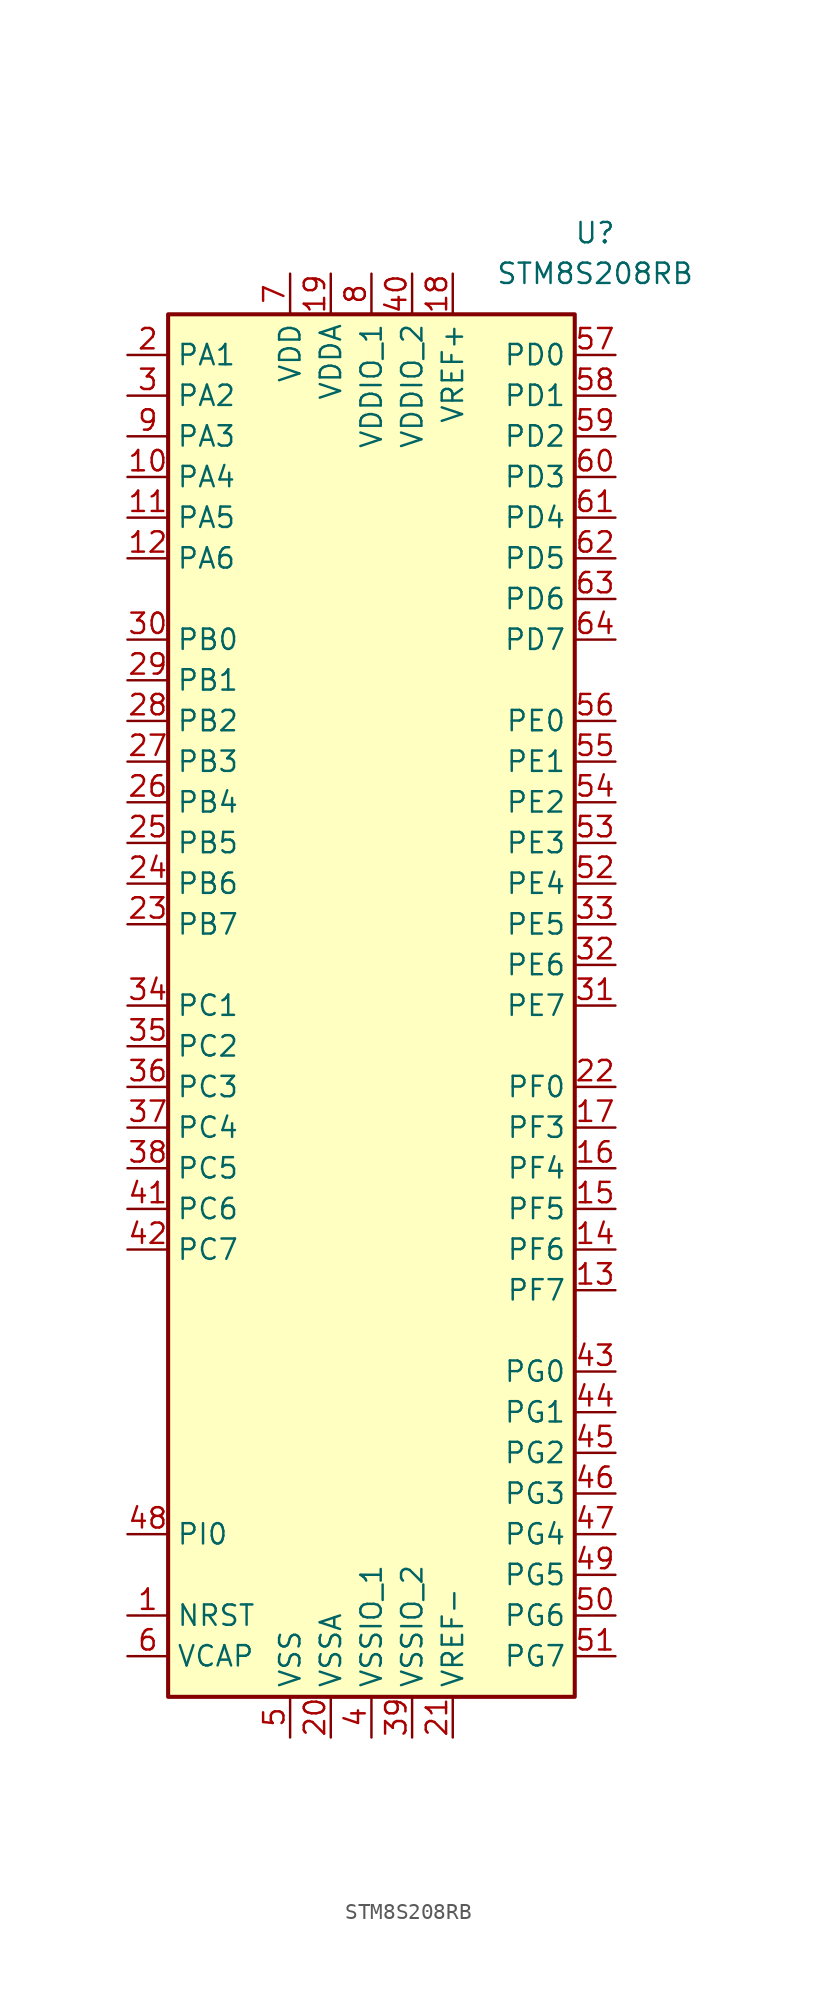
<source format=kicad_sym>
(kicad_symbol_lib
  (version 20231120)
  (generator "kicad_symbol_editor")
  (generator_version "8.0")
  (symbol "STM8S208RB"
    (property "Reference" "U"
      (at 13.97 48.26 0)
      (effects (font (size 1.27 1.27))))
    (property "Value" "STM8S208RB"
      (at 13.97 45.72 0)
      (effects (font (size 1.27 1.27))))
    (symbol "STM8S208RB_0_1"
      (rectangle (start 12.7 43.18) (end -12.7 -43.18) (stroke (width 0.254) (type default)) (fill (type background))))
    (symbol "STM8S208RB_1_1"
      (pin input line (at -15.24 -38.1 0) (length 2.54) (name "NRST" (effects (font (size 1.27 1.27)))) (number "1" (effects (font (size 1.27 1.27)))))
      (pin bidirectional line (at -15.24 33.02 0) (length 2.54) (name "PA4" (effects (font (size 1.27 1.27)))) (number "10" (effects (font (size 1.27 1.27)))))
      (pin bidirectional line (at -15.24 30.48 0) (length 2.54) (name "PA5" (effects (font (size 1.27 1.27)))) (number "11" (effects (font (size 1.27 1.27)))))
      (pin bidirectional line (at -15.24 27.94 0) (length 2.54) (name "PA6" (effects (font (size 1.27 1.27)))) (number "12" (effects (font (size 1.27 1.27)))))
      (pin bidirectional line (at 15.24 -17.78 180) (length 2.54) (name "PF7" (effects (font (size 1.27 1.27)))) (number "13" (effects (font (size 1.27 1.27)))))
      (pin bidirectional line (at 15.24 -15.24 180) (length 2.54) (name "PF6" (effects (font (size 1.27 1.27)))) (number "14" (effects (font (size 1.27 1.27)))))
      (pin bidirectional line (at 15.24 -12.7 180) (length 2.54) (name "PF5" (effects (font (size 1.27 1.27)))) (number "15" (effects (font (size 1.27 1.27)))))
      (pin bidirectional line (at 15.24 -10.16 180) (length 2.54) (name "PF4" (effects (font (size 1.27 1.27)))) (number "16" (effects (font (size 1.27 1.27)))))
      (pin bidirectional line (at 15.24 -7.62 180) (length 2.54) (name "PF3" (effects (font (size 1.27 1.27)))) (number "17" (effects (font (size 1.27 1.27)))))
      (pin power_in line (at 5.08 45.72 270) (length 2.54) (name "VREF+" (effects (font (size 1.27 1.27)))) (number "18" (effects (font (size 1.27 1.27)))))
      (pin power_in line (at -2.54 45.72 270) (length 2.54) (name "VDDA" (effects (font (size 1.27 1.27)))) (number "19" (effects (font (size 1.27 1.27)))))
      (pin bidirectional line (at -15.24 40.64 0) (length 2.54) (name "PA1" (effects (font (size 1.27 1.27)))) (number "2" (effects (font (size 1.27 1.27)))))
      (pin power_in line (at -2.54 -45.72 90) (length 2.54) (name "VSSA" (effects (font (size 1.27 1.27)))) (number "20" (effects (font (size 1.27 1.27)))))
      (pin power_in line (at 5.08 -45.72 90) (length 2.54) (name "VREF-" (effects (font (size 1.27 1.27)))) (number "21" (effects (font (size 1.27 1.27)))))
      (pin bidirectional line (at 15.24 -5.08 180) (length 2.54) (name "PF0" (effects (font (size 1.27 1.27)))) (number "22" (effects (font (size 1.27 1.27)))))
      (pin bidirectional line (at -15.24 5.08 0) (length 2.54) (name "PB7" (effects (font (size 1.27 1.27)))) (number "23" (effects (font (size 1.27 1.27)))))
      (pin bidirectional line (at -15.24 7.62 0) (length 2.54) (name "PB6" (effects (font (size 1.27 1.27)))) (number "24" (effects (font (size 1.27 1.27)))))
      (pin bidirectional line (at -15.24 10.16 0) (length 2.54) (name "PB5" (effects (font (size 1.27 1.27)))) (number "25" (effects (font (size 1.27 1.27)))))
      (pin bidirectional line (at -15.24 12.7 0) (length 2.54) (name "PB4" (effects (font (size 1.27 1.27)))) (number "26" (effects (font (size 1.27 1.27)))))
      (pin bidirectional line (at -15.24 15.24 0) (length 2.54) (name "PB3" (effects (font (size 1.27 1.27)))) (number "27" (effects (font (size 1.27 1.27)))))
      (pin bidirectional line (at -15.24 17.78 0) (length 2.54) (name "PB2" (effects (font (size 1.27 1.27)))) (number "28" (effects (font (size 1.27 1.27)))))
      (pin bidirectional line (at -15.24 20.32 0) (length 2.54) (name "PB1" (effects (font (size 1.27 1.27)))) (number "29" (effects (font (size 1.27 1.27)))))
      (pin bidirectional line (at -15.24 38.1 0) (length 2.54) (name "PA2" (effects (font (size 1.27 1.27)))) (number "3" (effects (font (size 1.27 1.27)))))
      (pin bidirectional line (at -15.24 22.86 0) (length 2.54) (name "PB0" (effects (font (size 1.27 1.27)))) (number "30" (effects (font (size 1.27 1.27)))))
      (pin bidirectional line (at 15.24 0 180) (length 2.54) (name "PE7" (effects (font (size 1.27 1.27)))) (number "31" (effects (font (size 1.27 1.27)))))
      (pin bidirectional line (at 15.24 2.54 180) (length 2.54) (name "PE6" (effects (font (size 1.27 1.27)))) (number "32" (effects (font (size 1.27 1.27)))))
      (pin bidirectional line (at 15.24 5.08 180) (length 2.54) (name "PE5" (effects (font (size 1.27 1.27)))) (number "33" (effects (font (size 1.27 1.27)))))
      (pin bidirectional line (at -15.24 0 0) (length 2.54) (name "PC1" (effects (font (size 1.27 1.27)))) (number "34" (effects (font (size 1.27 1.27)))))
      (pin bidirectional line (at -15.24 -2.54 0) (length 2.54) (name "PC2" (effects (font (size 1.27 1.27)))) (number "35" (effects (font (size 1.27 1.27)))))
      (pin bidirectional line (at -15.24 -5.08 0) (length 2.54) (name "PC3" (effects (font (size 1.27 1.27)))) (number "36" (effects (font (size 1.27 1.27)))))
      (pin bidirectional line (at -15.24 -7.62 0) (length 2.54) (name "PC4" (effects (font (size 1.27 1.27)))) (number "37" (effects (font (size 1.27 1.27)))))
      (pin bidirectional line (at -15.24 -10.16 0) (length 2.54) (name "PC5" (effects (font (size 1.27 1.27)))) (number "38" (effects (font (size 1.27 1.27)))))
      (pin power_in line (at 2.54 -45.72 90) (length 2.54) (name "VSSIO_2" (effects (font (size 1.27 1.27)))) (number "39" (effects (font (size 1.27 1.27)))))
      (pin power_in line (at 0 -45.72 90) (length 2.54) (name "VSSIO_1" (effects (font (size 1.27 1.27)))) (number "4" (effects (font (size 1.27 1.27)))))
      (pin power_in line (at 2.54 45.72 270) (length 2.54) (name "VDDIO_2" (effects (font (size 1.27 1.27)))) (number "40" (effects (font (size 1.27 1.27)))))
      (pin bidirectional line (at -15.24 -12.7 0) (length 2.54) (name "PC6" (effects (font (size 1.27 1.27)))) (number "41" (effects (font (size 1.27 1.27)))))
      (pin bidirectional line (at -15.24 -15.24 0) (length 2.54) (name "PC7" (effects (font (size 1.27 1.27)))) (number "42" (effects (font (size 1.27 1.27)))))
      (pin bidirectional line (at 15.24 -22.86 180) (length 2.54) (name "PG0" (effects (font (size 1.27 1.27)))) (number "43" (effects (font (size 1.27 1.27)))))
      (pin bidirectional line (at 15.24 -25.4 180) (length 2.54) (name "PG1" (effects (font (size 1.27 1.27)))) (number "44" (effects (font (size 1.27 1.27)))))
      (pin bidirectional line (at 15.24 -27.94 180) (length 2.54) (name "PG2" (effects (font (size 1.27 1.27)))) (number "45" (effects (font (size 1.27 1.27)))))
      (pin bidirectional line (at 15.24 -30.48 180) (length 2.54) (name "PG3" (effects (font (size 1.27 1.27)))) (number "46" (effects (font (size 1.27 1.27)))))
      (pin bidirectional line (at 15.24 -33.02 180) (length 2.54) (name "PG4" (effects (font (size 1.27 1.27)))) (number "47" (effects (font (size 1.27 1.27)))))
      (pin bidirectional line (at -15.24 -33.02 0) (length 2.54) (name "PI0" (effects (font (size 1.27 1.27)))) (number "48" (effects (font (size 1.27 1.27)))))
      (pin bidirectional line (at 15.24 -35.56 180) (length 2.54) (name "PG5" (effects (font (size 1.27 1.27)))) (number "49" (effects (font (size 1.27 1.27)))))
      (pin power_in line (at -5.08 -45.72 90) (length 2.54) (name "VSS" (effects (font (size 1.27 1.27)))) (number "5" (effects (font (size 1.27 1.27)))))
      (pin bidirectional line (at 15.24 -38.1 180) (length 2.54) (name "PG6" (effects (font (size 1.27 1.27)))) (number "50" (effects (font (size 1.27 1.27)))))
      (pin bidirectional line (at 15.24 -40.64 180) (length 2.54) (name "PG7" (effects (font (size 1.27 1.27)))) (number "51" (effects (font (size 1.27 1.27)))))
      (pin bidirectional line (at 15.24 7.62 180) (length 2.54) (name "PE4" (effects (font (size 1.27 1.27)))) (number "52" (effects (font (size 1.27 1.27)))))
      (pin bidirectional line (at 15.24 10.16 180) (length 2.54) (name "PE3" (effects (font (size 1.27 1.27)))) (number "53" (effects (font (size 1.27 1.27)))))
      (pin bidirectional line (at 15.24 12.7 180) (length 2.54) (name "PE2" (effects (font (size 1.27 1.27)))) (number "54" (effects (font (size 1.27 1.27)))))
      (pin bidirectional line (at 15.24 15.24 180) (length 2.54) (name "PE1" (effects (font (size 1.27 1.27)))) (number "55" (effects (font (size 1.27 1.27)))))
      (pin bidirectional line (at 15.24 17.78 180) (length 2.54) (name "PE0" (effects (font (size 1.27 1.27)))) (number "56" (effects (font (size 1.27 1.27)))))
      (pin bidirectional line (at 15.24 40.64 180) (length 2.54) (name "PD0" (effects (font (size 1.27 1.27)))) (number "57" (effects (font (size 1.27 1.27)))))
      (pin bidirectional line (at 15.24 38.1 180) (length 2.54) (name "PD1" (effects (font (size 1.27 1.27)))) (number "58" (effects (font (size 1.27 1.27)))))
      (pin bidirectional line (at 15.24 35.56 180) (length 2.54) (name "PD2" (effects (font (size 1.27 1.27)))) (number "59" (effects (font (size 1.27 1.27)))))
      (pin input line (at -15.24 -40.64 0) (length 2.54) (name "VCAP" (effects (font (size 1.27 1.27)))) (number "6" (effects (font (size 1.27 1.27)))))
      (pin bidirectional line (at 15.24 33.02 180) (length 2.54) (name "PD3" (effects (font (size 1.27 1.27)))) (number "60" (effects (font (size 1.27 1.27)))))
      (pin bidirectional line (at 15.24 30.48 180) (length 2.54) (name "PD4" (effects (font (size 1.27 1.27)))) (number "61" (effects (font (size 1.27 1.27)))))
      (pin bidirectional line (at 15.24 27.94 180) (length 2.54) (name "PD5" (effects (font (size 1.27 1.27)))) (number "62" (effects (font (size 1.27 1.27)))))
      (pin bidirectional line (at 15.24 25.4 180) (length 2.54) (name "PD6" (effects (font (size 1.27 1.27)))) (number "63" (effects (font (size 1.27 1.27)))))
      (pin bidirectional line (at 15.24 22.86 180) (length 2.54) (name "PD7" (effects (font (size 1.27 1.27)))) (number "64" (effects (font (size 1.27 1.27)))))
      (pin power_in line (at -5.08 45.72 270) (length 2.54) (name "VDD" (effects (font (size 1.27 1.27)))) (number "7" (effects (font (size 1.27 1.27)))))
      (pin power_in line (at 0 45.72 270) (length 2.54) (name "VDDIO_1" (effects (font (size 1.27 1.27)))) (number "8" (effects (font (size 1.27 1.27)))))
      (pin bidirectional line (at -15.24 35.56 0) (length 2.54) (name "PA3" (effects (font (size 1.27 1.27)))) (number "9" (effects (font (size 1.27 1.27))))))))
</source>
